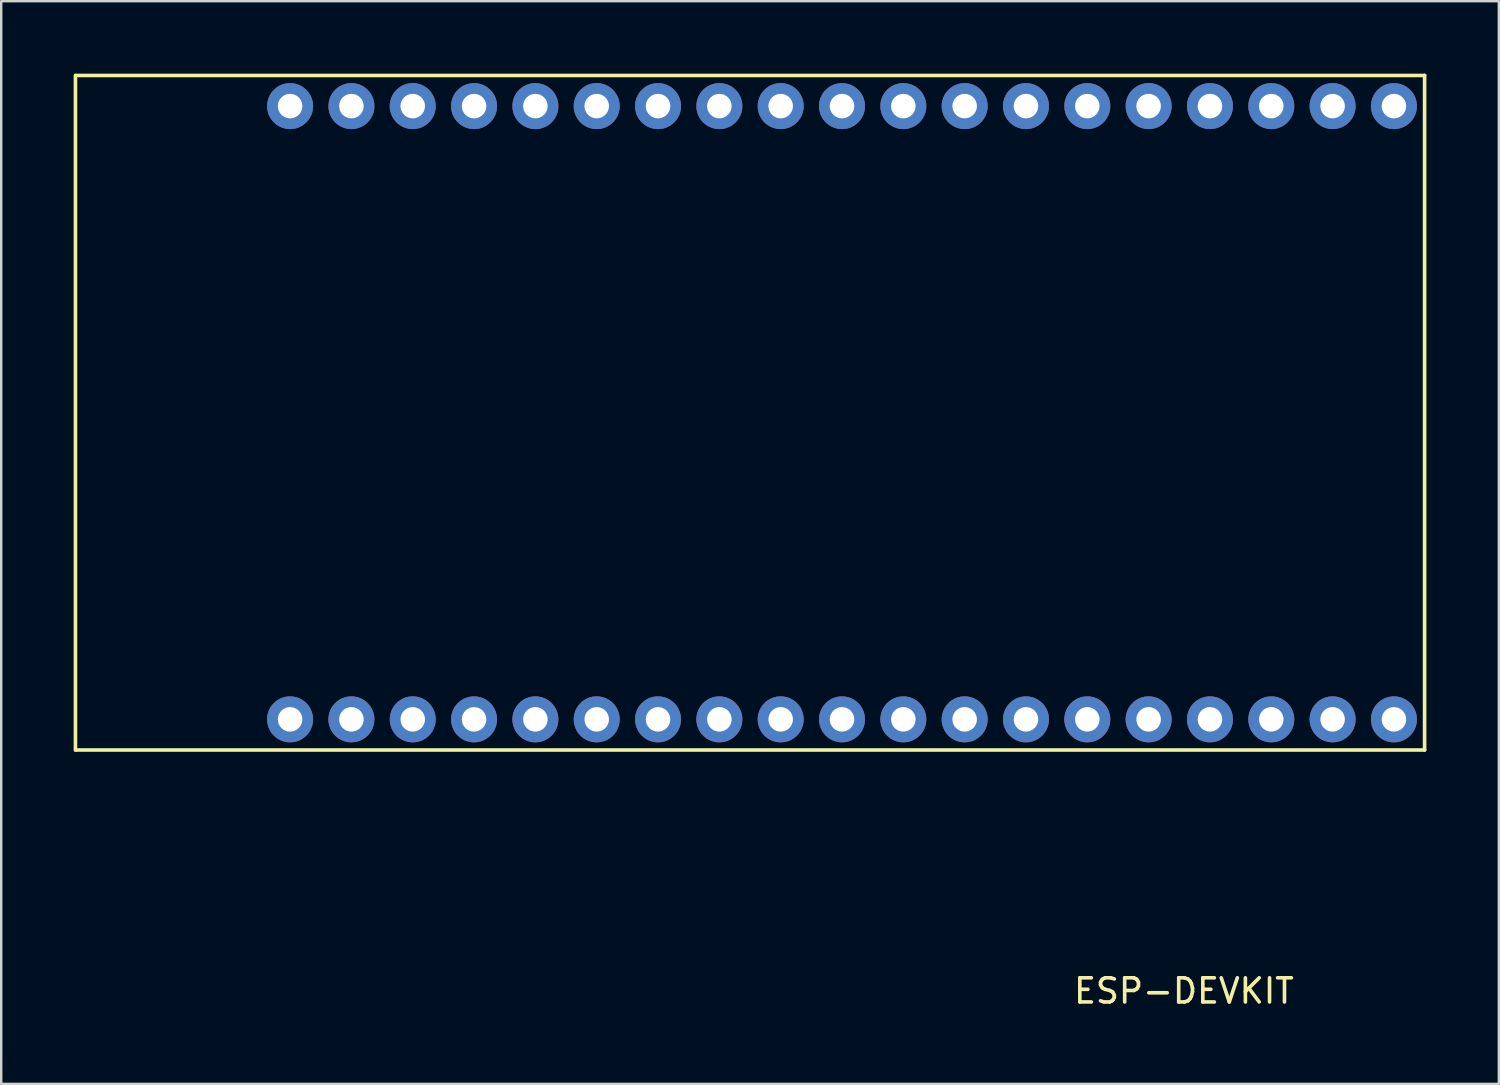
<source format=kicad_pcb>
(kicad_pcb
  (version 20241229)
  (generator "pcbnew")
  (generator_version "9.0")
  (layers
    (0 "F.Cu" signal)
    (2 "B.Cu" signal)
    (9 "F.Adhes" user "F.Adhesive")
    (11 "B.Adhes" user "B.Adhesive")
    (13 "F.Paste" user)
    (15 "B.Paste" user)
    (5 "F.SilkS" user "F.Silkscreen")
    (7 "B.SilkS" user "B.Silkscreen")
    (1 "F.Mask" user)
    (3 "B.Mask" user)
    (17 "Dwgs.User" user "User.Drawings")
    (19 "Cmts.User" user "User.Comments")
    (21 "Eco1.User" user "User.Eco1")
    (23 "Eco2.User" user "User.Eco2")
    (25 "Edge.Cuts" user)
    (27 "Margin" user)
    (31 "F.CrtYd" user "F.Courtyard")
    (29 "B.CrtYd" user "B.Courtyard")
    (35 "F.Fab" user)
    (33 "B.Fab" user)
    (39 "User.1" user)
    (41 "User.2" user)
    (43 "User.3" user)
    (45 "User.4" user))
  (footprint "ESP-DEVKIT"
    (layer "F.Cu")
    (at 54.685 26.745)
    (property "Reference" "ESP-DEVKIT" (at -8.7 11.25 0) (layer "F.SilkS") (effects (font (size 1 1) (thickness 0.15))))
    (attr through_hole)
    (fp_line (start -54.61 -26.67) (end -54.61 1.27) (stroke (width 0.15) (type solid)) (layer "F.SilkS"))
    (fp_line (start 1.27 -26.67) (end -54.6 -26.67) (stroke (width 0.15) (type solid)) (layer "F.SilkS"))
    (fp_line (start 1.27 -26.67) (end 1.27 1.27) (stroke (width 0.15) (type solid)) (layer "F.SilkS"))
    (fp_line (start 1.27 1.27) (end -54.6 1.27) (stroke (width 0.15) (type solid)) (layer "F.SilkS"))
    (pad "3V3" thru_hole circle (at -45.72 0 180) (size 1.905 1.905) (drill 1.016) (layers "*.Cu" "*.Mask"))
    (pad "5V" thru_hole circle (at 0 0 180) (size 1.905 1.905) (drill 1.016) (layers "*.Cu" "*.Mask"))
    (pad "CLK" thru_hole circle (at 0 -25.4 180) (size 1.905 1.905) (drill 1.016) (layers "*.Cu" "*.Mask"))
    (pad "CMD" thru_hole circle (at -2.54 0 180) (size 1.905 1.905) (drill 1.016) (layers "*.Cu" "*.Mask"))
    (pad "EN" thru_hole circle (at -43.18 0 180) (size 1.905 1.905) (drill 1.016) (layers "*.Cu" "*.Mask"))
    (pad "GND" thru_hole circle (at -45.72 -25.4 180) (size 1.905 1.905) (drill 1.016) (layers "*.Cu" "*.Mask"))
    (pad "GND" thru_hole circle (at -30.48 -25.4 180) (size 1.905 1.905) (drill 1.016) (layers "*.Cu" "*.Mask"))
    (pad "GND" thru_hole circle (at -12.7 0 180) (size 1.905 1.905) (drill 1.016) (layers "*.Cu" "*.Mask"))
    (pad "IO1" thru_hole circle (at -12.7 -25.4 180) (size 1.905 1.905) (drill 1.016) (layers "*.Cu" "*.Mask"))
    (pad "IO2" thru_hole circle (at -10.16 -25.4 180) (size 1.905 1.905) (drill 1.016) (layers "*.Cu" "*.Mask"))
    (pad "IO4" thru_hole circle (at -15.24 -25.4 180) (size 1.905 1.905) (drill 1.016) (layers "*.Cu" "*.Mask"))
    (pad "IO5" thru_hole circle (at -22.86 -25.4 180) (size 1.905 1.905) (drill 1.016) (layers "*.Cu" "*.Mask"))
    (pad "IO12" thru_hole circle (at -15.24 0 180) (size 1.905 1.905) (drill 1.016) (layers "*.Cu" "*.Mask"))
    (pad "IO13" thru_hole circle (at -10.16 0 180) (size 1.905 1.905) (drill 1.016) (layers "*.Cu" "*.Mask"))
    (pad "IO14" thru_hole circle (at -17.78 0 180) (size 1.905 1.905) (drill 1.016) (layers "*.Cu" "*.Mask"))
    (pad "IO15" thru_hole circle (at -7.62 -25.4 180) (size 1.905 1.905) (drill 1.016) (layers "*.Cu" "*.Mask"))
    (pad "IO16" thru_hole circle (at -17.78 -25.4 180) (size 1.905 1.905) (drill 1.016) (layers "*.Cu" "*.Mask"))
    (pad "IO17" thru_hole circle (at -20.32 -25.4 180) (size 1.905 1.905) (drill 1.016) (layers "*.Cu" "*.Mask"))
    (pad "IO18" thru_hole circle (at -25.4 -25.4 180) (size 1.905 1.905) (drill 1.016) (layers "*.Cu" "*.Mask"))
    (pad "IO19" thru_hole circle (at -27.94 -25.4 180) (size 1.905 1.905) (drill 1.016) (layers "*.Cu" "*.Mask"))
    (pad "IO21" thru_hole circle (at -33.02 -25.4 180) (size 1.905 1.905) (drill 1.016) (layers "*.Cu" "*.Mask"))
    (pad "IO22" thru_hole circle (at -40.64 -25.4 180) (size 1.905 1.905) (drill 1.016) (layers "*.Cu" "*.Mask"))
    (pad "IO23" thru_hole circle (at -43.18 -25.4 180) (size 1.905 1.905) (drill 1.016) (layers "*.Cu" "*.Mask"))
    (pad "IO25" thru_hole circle (at -25.4 0 180) (size 1.905 1.905) (drill 1.016) (layers "*.Cu" "*.Mask"))
    (pad "IO26" thru_hole circle (at -22.86 0 180) (size 1.905 1.905) (drill 1.016) (layers "*.Cu" "*.Mask"))
    (pad "IO27" thru_hole circle (at -20.32 0 180) (size 1.905 1.905) (drill 1.016) (layers "*.Cu" "*.Mask"))
    (pad "IO32" thru_hole circle (at -30.48 0 180) (size 1.905 1.905) (drill 1.016) (layers "*.Cu" "*.Mask"))
    (pad "IO33" thru_hole circle (at -27.94 0 180) (size 1.905 1.905) (drill 1.016) (layers "*.Cu" "*.Mask"))
    (pad "IO34" thru_hole circle (at -35.56 0 180) (size 1.905 1.905) (drill 1.016) (layers "*.Cu" "*.Mask"))
    (pad "IO35" thru_hole circle (at -33.02 0 180) (size 1.905 1.905) (drill 1.016) (layers "*.Cu" "*.Mask"))
    (pad "RX0" thru_hole circle (at -35.56 -25.4 180) (size 1.905 1.905) (drill 1.016) (layers "*.Cu" "*.Mask"))
    (pad "SD0" thru_hole circle (at -2.54 -25.4 180) (size 1.905 1.905) (drill 1.016) (layers "*.Cu" "*.Mask"))
    (pad "SD1" thru_hole circle (at -5.08 -25.4 180) (size 1.905 1.905) (drill 1.016) (layers "*.Cu" "*.Mask"))
    (pad "SD2" thru_hole circle (at -7.62 0 180) (size 1.905 1.905) (drill 1.016) (layers "*.Cu" "*.Mask"))
    (pad "SD3" thru_hole circle (at -5.08 0 180) (size 1.905 1.905) (drill 1.016) (layers "*.Cu" "*.Mask"))
    (pad "SVN" thru_hole circle (at -38.1 0 180) (size 1.905 1.905) (drill 1.016) (layers "*.Cu" "*.Mask"))
    (pad "SVP" thru_hole circle (at -40.64 0 180) (size 1.905 1.905) (drill 1.016) (layers "*.Cu" "*.Mask"))
    (pad "TX0" thru_hole circle (at -38.1 -25.4 180) (size 1.905 1.905) (drill 1.016) (layers "*.Cu" "*.Mask")))
  (gr_rect
    (start -3 -3)
    (end 59.03 41.843)
    (stroke (width 0.1) (type default))
    (fill no)
    (layer "Edge.Cuts")))
</source>
